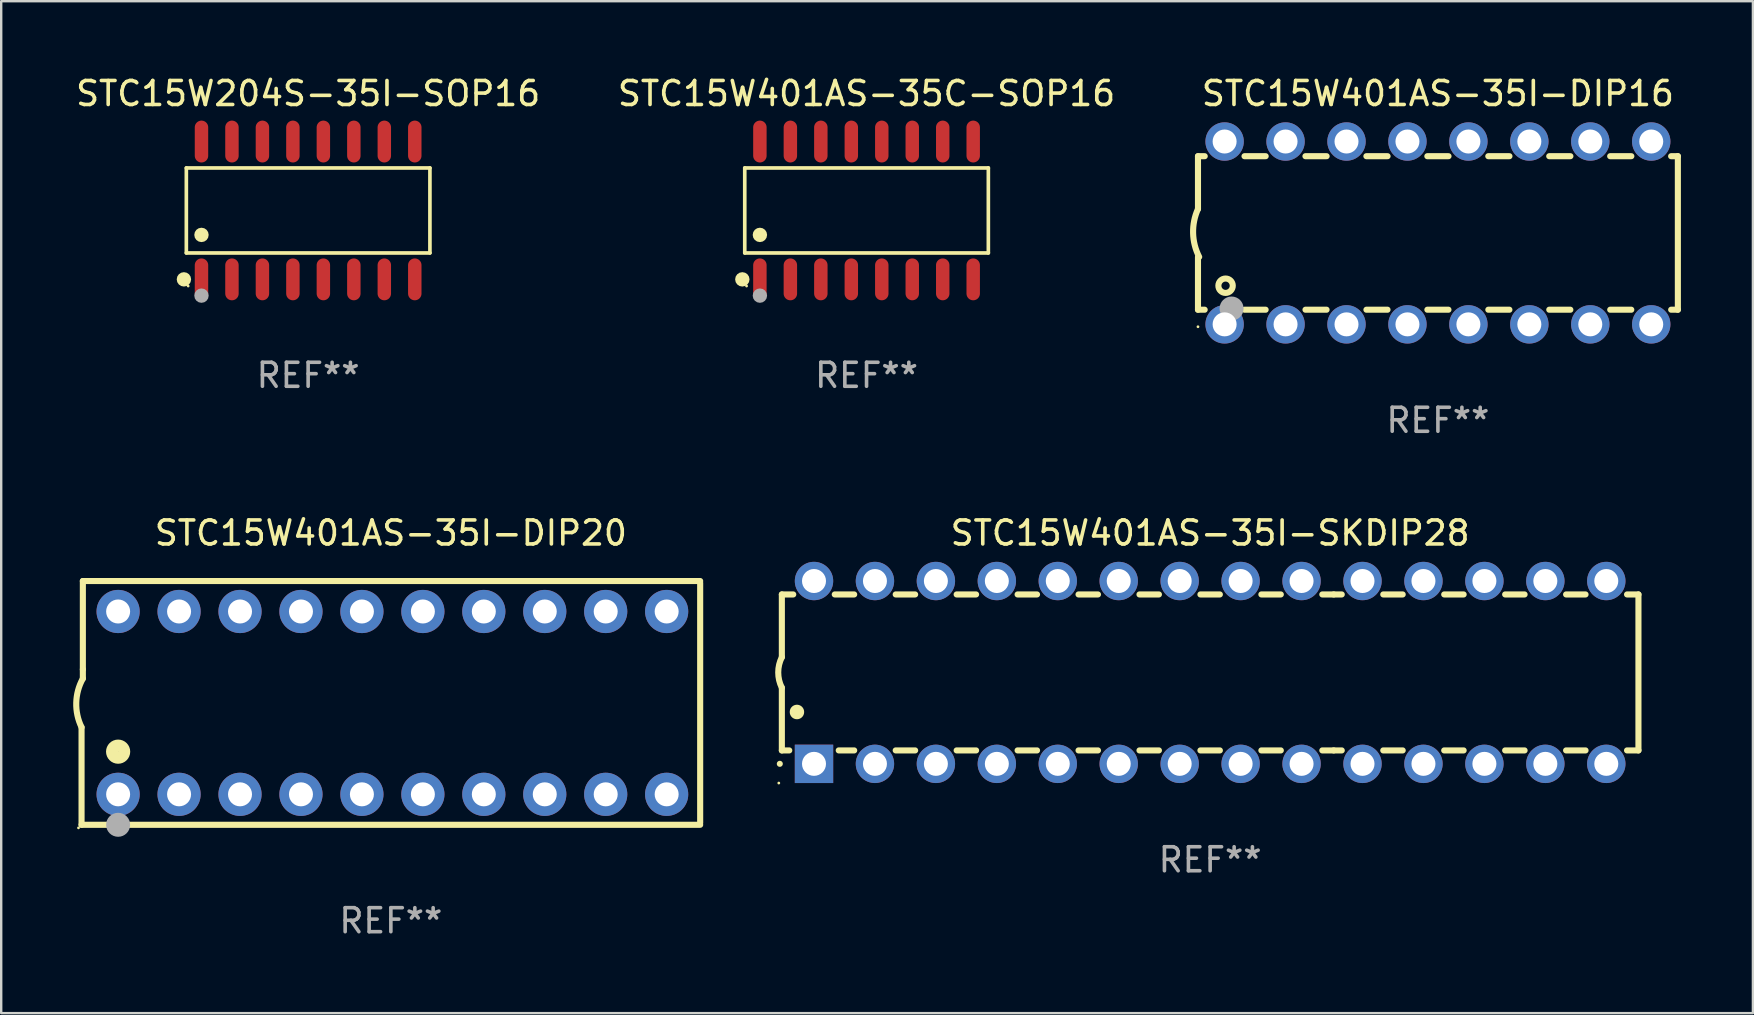
<source format=kicad_pcb>
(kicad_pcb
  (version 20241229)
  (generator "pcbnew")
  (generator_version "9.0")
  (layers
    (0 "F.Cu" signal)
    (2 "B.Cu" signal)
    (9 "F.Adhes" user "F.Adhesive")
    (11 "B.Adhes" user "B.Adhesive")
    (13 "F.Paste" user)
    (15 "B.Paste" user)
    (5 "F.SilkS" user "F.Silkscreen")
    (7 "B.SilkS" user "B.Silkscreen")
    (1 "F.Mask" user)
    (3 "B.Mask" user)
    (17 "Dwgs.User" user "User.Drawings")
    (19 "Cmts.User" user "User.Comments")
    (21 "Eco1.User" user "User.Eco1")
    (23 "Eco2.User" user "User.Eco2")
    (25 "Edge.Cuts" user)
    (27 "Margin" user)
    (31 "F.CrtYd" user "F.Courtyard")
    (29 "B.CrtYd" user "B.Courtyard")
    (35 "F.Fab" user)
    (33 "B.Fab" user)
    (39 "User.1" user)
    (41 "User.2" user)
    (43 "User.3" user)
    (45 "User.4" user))
  (footprint "STC15W401AS-35I-SKDIP28"
    (layer "F.Cu")
    (at 47.385 24.975)
    (property "Reference" "STC15W401AS-35I-SKDIP28" (at 0 -5.81 0) (layer "F.SilkS") (effects (font (size 1 1) (thickness 0.15))))
    (attr through_hole)
    (fp_line (start -17.85 -3.25) (end -17.85 -0.635) (stroke (width 0.254) (type solid)) (layer "F.SilkS"))
    (fp_line (start -17.85 3.25) (end -17.85 0.635) (stroke (width 0.254) (type solid)) (layer "F.SilkS"))
    (fp_line (start -17.85 3.25) (end -17.541 3.25) (stroke (width 0.254) (type solid)) (layer "F.SilkS"))
    (fp_line (start -17.375 -3.25) (end -17.85 -3.25) (stroke (width 0.254) (type solid)) (layer "F.SilkS"))
    (fp_line (start -15.479 3.25) (end -14.835 3.25) (stroke (width 0.254) (type solid)) (layer "F.SilkS"))
    (fp_line (start -14.835 -3.25) (end -15.645 -3.25) (stroke (width 0.254) (type solid)) (layer "F.SilkS"))
    (fp_line (start -13.105 3.25) (end -12.295 3.25) (stroke (width 0.254) (type solid)) (layer "F.SilkS"))
    (fp_line (start -12.295 -3.25) (end -13.105 -3.25) (stroke (width 0.254) (type solid)) (layer "F.SilkS"))
    (fp_line (start -10.565 3.25) (end -9.755 3.25) (stroke (width 0.254) (type solid)) (layer "F.SilkS"))
    (fp_line (start -9.755 -3.25) (end -10.565 -3.25) (stroke (width 0.254) (type solid)) (layer "F.SilkS"))
    (fp_line (start -8.025 3.25) (end -7.215 3.25) (stroke (width 0.254) (type solid)) (layer "F.SilkS"))
    (fp_line (start -7.215 -3.25) (end -8.025 -3.25) (stroke (width 0.254) (type solid)) (layer "F.SilkS"))
    (fp_line (start -5.485 3.25) (end -4.675 3.25) (stroke (width 0.254) (type solid)) (layer "F.SilkS"))
    (fp_line (start -4.675 -3.25) (end -5.485 -3.25) (stroke (width 0.254) (type solid)) (layer "F.SilkS"))
    (fp_line (start -2.945 3.25) (end -2.135 3.25) (stroke (width 0.254) (type solid)) (layer "F.SilkS"))
    (fp_line (start -2.135 -3.25) (end -2.945 -3.25) (stroke (width 0.254) (type solid)) (layer "F.SilkS"))
    (fp_line (start -0.405 3.25) (end 0.405 3.25) (stroke (width 0.254) (type solid)) (layer "F.SilkS"))
    (fp_line (start 0.405 -3.25) (end -0.405 -3.25) (stroke (width 0.254) (type solid)) (layer "F.SilkS"))
    (fp_line (start 2.135 3.25) (end 2.945 3.25) (stroke (width 0.254) (type solid)) (layer "F.SilkS"))
    (fp_line (start 2.945 -3.25) (end 2.135 -3.25) (stroke (width 0.254) (type solid)) (layer "F.SilkS"))
    (fp_line (start 4.675 3.25) (end 5.15 3.25) (stroke (width 0.254) (type solid)) (layer "F.SilkS"))
    (fp_line (start 5.15 -3.25) (end 4.675 -3.25) (stroke (width 0.254) (type solid)) (layer "F.SilkS"))
    (fp_line (start 5.15 -3.25) (end 5.485 -3.25) (stroke (width 0.254) (type solid)) (layer "F.SilkS"))
    (fp_line (start 5.15 3.25) (end 5.485 3.25) (stroke (width 0.254) (type solid)) (layer "F.SilkS"))
    (fp_line (start 7.215 -3.25) (end 8.025 -3.25) (stroke (width 0.254) (type solid)) (layer "F.SilkS"))
    (fp_line (start 7.215 3.25) (end 8.025 3.25) (stroke (width 0.254) (type solid)) (layer "F.SilkS"))
    (fp_line (start 9.755 -3.25) (end 10.565 -3.25) (stroke (width 0.254) (type solid)) (layer "F.SilkS"))
    (fp_line (start 9.755 3.25) (end 10.565 3.25) (stroke (width 0.254) (type solid)) (layer "F.SilkS"))
    (fp_line (start 12.295 -3.25) (end 13.105 -3.25) (stroke (width 0.254) (type solid)) (layer "F.SilkS"))
    (fp_line (start 12.295 3.25) (end 13.105 3.25) (stroke (width 0.254) (type solid)) (layer "F.SilkS"))
    (fp_line (start 14.835 -3.25) (end 15.645 -3.25) (stroke (width 0.254) (type solid)) (layer "F.SilkS"))
    (fp_line (start 14.835 3.25) (end 15.645 3.25) (stroke (width 0.254) (type solid)) (layer "F.SilkS"))
    (fp_line (start 17.375 -3.25) (end 17.85 -3.25) (stroke (width 0.254) (type solid)) (layer "F.SilkS"))
    (fp_line (start 17.375 3.25) (end 17.85 3.25) (stroke (width 0.254) (type solid)) (layer "F.SilkS"))
    (fp_line (start 17.85 -3.25) (end 17.85 3.25) (stroke (width 0.254) (type solid)) (layer "F.SilkS"))
    (fp_arc (start -17.934976 3.810008) (mid -17.934983 3.808738) (end -17.934976 3.807468) (stroke (width 0.25) (type solid)) (layer "F.SilkS"))
    (fp_arc (start -17.851155 0.635002) (mid -18.000677 -0.000132) (end -17.850038 -0.635001) (stroke (width 0.254001) (type solid)) (layer "F.SilkS"))
    (fp_arc (start -17.221234 1.651003) (mid -17.221245 1.648463) (end -17.221234 1.645923) (stroke (width 0.6) (type solid)) (layer "F.SilkS"))
    (fp_circle (center -17.977 4.61) (end -17.947 4.61) (stroke (width 0.06) (type solid)) (fill no) (layer "F.SilkS"))
    (fp_text user "REF**" (at 0 7.81 0) (layer "F.Fab") (effects (font (size 1 1) (thickness 0.15))))
    (pad "1" thru_hole rect (at -16.51 3.81 90) (size 1.6 1.6) (drill 1) (layers "*.Cu" "*.Mask"))
    (pad "2" thru_hole circle (at -13.97 3.81 90) (size 1.6 1.6) (drill 1) (layers "*.Cu" "*.Mask"))
    (pad "3" thru_hole circle (at -11.43 3.81 90) (size 1.6 1.6) (drill 1) (layers "*.Cu" "*.Mask"))
    (pad "4" thru_hole circle (at -8.89 3.81 90) (size 1.6 1.6) (drill 1) (layers "*.Cu" "*.Mask"))
    (pad "5" thru_hole circle (at -6.35 3.81 90) (size 1.6 1.6) (drill 1) (layers "*.Cu" "*.Mask"))
    (pad "6" thru_hole circle (at -3.81 3.81 90) (size 1.6 1.6) (drill 1) (layers "*.Cu" "*.Mask"))
    (pad "7" thru_hole circle (at -1.27 3.81 90) (size 1.6 1.6) (drill 1) (layers "*.Cu" "*.Mask"))
    (pad "8" thru_hole circle (at 1.27 3.81 90) (size 1.6 1.6) (drill 1) (layers "*.Cu" "*.Mask"))
    (pad "9" thru_hole circle (at 3.81 3.81 90) (size 1.6 1.6) (drill 1) (layers "*.Cu" "*.Mask"))
    (pad "10" thru_hole circle (at 6.35 3.81 90) (size 1.6 1.6) (drill 1) (layers "*.Cu" "*.Mask"))
    (pad "11" thru_hole circle (at 8.89 3.81 90) (size 1.6 1.6) (drill 1) (layers "*.Cu" "*.Mask"))
    (pad "12" thru_hole circle (at 11.43 3.81 90) (size 1.6 1.6) (drill 1) (layers "*.Cu" "*.Mask"))
    (pad "13" thru_hole circle (at 13.97 3.81 90) (size 1.6 1.6) (drill 1) (layers "*.Cu" "*.Mask"))
    (pad "14" thru_hole circle (at 16.51 3.81 90) (size 1.6 1.6) (drill 1) (layers "*.Cu" "*.Mask"))
    (pad "15" thru_hole circle (at 16.51 -3.81 90) (size 1.6 1.6) (drill 1) (layers "*.Cu" "*.Mask"))
    (pad "16" thru_hole circle (at 13.97 -3.81 90) (size 1.6 1.6) (drill 1) (layers "*.Cu" "*.Mask"))
    (pad "17" thru_hole circle (at 11.43 -3.81 90) (size 1.6 1.6) (drill 1) (layers "*.Cu" "*.Mask"))
    (pad "18" thru_hole circle (at 8.89 -3.81 90) (size 1.6 1.6) (drill 1) (layers "*.Cu" "*.Mask"))
    (pad "19" thru_hole circle (at 6.35 -3.81 90) (size 1.6 1.6) (drill 1) (layers "*.Cu" "*.Mask"))
    (pad "20" thru_hole circle (at 3.81 -3.81 90) (size 1.6 1.6) (drill 1) (layers "*.Cu" "*.Mask"))
    (pad "21" thru_hole circle (at 1.27 -3.81 90) (size 1.6 1.6) (drill 1) (layers "*.Cu" "*.Mask"))
    (pad "22" thru_hole circle (at -1.27 -3.81 90) (size 1.6 1.6) (drill 1) (layers "*.Cu" "*.Mask"))
    (pad "23" thru_hole circle (at -3.81 -3.81 90) (size 1.6 1.6) (drill 1) (layers "*.Cu" "*.Mask"))
    (pad "24" thru_hole circle (at -6.35 -3.81 90) (size 1.6 1.6) (drill 1) (layers "*.Cu" "*.Mask"))
    (pad "25" thru_hole circle (at -8.89 -3.81 90) (size 1.6 1.6) (drill 1) (layers "*.Cu" "*.Mask"))
    (pad "26" thru_hole circle (at -11.43 -3.81 90) (size 1.6 1.6) (drill 1) (layers "*.Cu" "*.Mask"))
    (pad "27" thru_hole circle (at -13.97 -3.81 90) (size 1.6 1.6) (drill 1) (layers "*.Cu" "*.Mask"))
    (pad "28" thru_hole circle (at -16.51 -3.81 90) (size 1.6 1.6) (drill 1) (layers "*.Cu" "*.Mask")))
  (footprint "STC15W401AS-35I-DIP16"
    (layer "F.Cu")
    (at 56.878 6.658)
    (property "Reference" "STC15W401AS-35I-DIP16" (at 0 -5.81 0) (layer "F.SilkS") (effects (font (size 1 1) (thickness 0.15))))
    (attr through_hole)
    (fp_line (start -10 -3.198) (end -9.719 -3.198) (stroke (width 0.254) (type solid)) (layer "F.SilkS"))
    (fp_line (start -10 -0.998) (end -10 -3.198) (stroke (width 0.254) (type solid)) (layer "F.SilkS"))
    (fp_line (start -10 3.2) (end -10 1) (stroke (width 0.254) (type solid)) (layer "F.SilkS"))
    (fp_line (start -10 3.2) (end -9.721 3.2) (stroke (width 0.254) (type solid)) (layer "F.SilkS"))
    (fp_line (start -8.061 -3.198) (end -7.179 -3.198) (stroke (width 0.254) (type solid)) (layer "F.SilkS"))
    (fp_line (start -8.059 3.2) (end -7.181 3.2) (stroke (width 0.254) (type solid)) (layer "F.SilkS"))
    (fp_line (start -5.521 -3.198) (end -4.639 -3.198) (stroke (width 0.254) (type solid)) (layer "F.SilkS"))
    (fp_line (start -5.519 3.2) (end -4.641 3.2) (stroke (width 0.254) (type solid)) (layer "F.SilkS"))
    (fp_line (start -2.981 -3.198) (end -2.099 -3.198) (stroke (width 0.254) (type solid)) (layer "F.SilkS"))
    (fp_line (start -2.979 3.2) (end -2.101 3.2) (stroke (width 0.254) (type solid)) (layer "F.SilkS"))
    (fp_line (start -0.441 -3.198) (end 0.441 -3.198) (stroke (width 0.254) (type solid)) (layer "F.SilkS"))
    (fp_line (start -0.439 3.2) (end 0.439 3.2) (stroke (width 0.254) (type solid)) (layer "F.SilkS"))
    (fp_line (start 2.099 -3.198) (end 2.981 -3.198) (stroke (width 0.254) (type solid)) (layer "F.SilkS"))
    (fp_line (start 2.101 3.2) (end 2.979 3.2) (stroke (width 0.254) (type solid)) (layer "F.SilkS"))
    (fp_line (start 4.639 -3.198) (end 5.521 -3.198) (stroke (width 0.254) (type solid)) (layer "F.SilkS"))
    (fp_line (start 4.641 3.2) (end 5.519 3.2) (stroke (width 0.254) (type solid)) (layer "F.SilkS"))
    (fp_line (start 7.179 -3.198) (end 8.061 -3.198) (stroke (width 0.254) (type solid)) (layer "F.SilkS"))
    (fp_line (start 7.181 3.2) (end 8.059 3.2) (stroke (width 0.254) (type solid)) (layer "F.SilkS"))
    (fp_line (start 9.719 -3.198) (end 10 -3.198) (stroke (width 0.254) (type solid)) (layer "F.SilkS"))
    (fp_line (start 9.721 3.2) (end 10 3.2) (stroke (width 0.254) (type solid)) (layer "F.SilkS"))
    (fp_line (start 10 3.2) (end 10 -3.2) (stroke (width 0.254) (type solid)) (layer "F.SilkS"))
    (fp_arc (start -9.949962 1) (mid -10.203153 0.005709) (end -10 -1) (stroke (width 0.254001) (type solid)) (layer "F.SilkS"))
    (fp_circle (center -10 3.91) (end -9.97 3.91) (stroke (width 0.06) (type solid)) (fill no) (layer "F.SilkS"))
    (fp_circle (center -8.85 2.2) (end -8.55 2.2) (stroke (width 0.254) (type solid)) (fill no) (layer "F.SilkS"))
    (fp_circle (center -8.6 3.15) (end -8.35 3.15) (stroke (width 0.5) (type solid)) (fill no) (layer "F.Fab"))
    (fp_text user "REF**" (at 0 7.81 0) (layer "F.Fab") (effects (font (size 1 1) (thickness 0.15))))
    (pad "1" thru_hole circle (at -8.89 3.81) (size 1.6 1.6) (drill 1) (layers "*.Cu" "*.Mask"))
    (pad "2" thru_hole circle (at -6.35 3.81) (size 1.6 1.6) (drill 1) (layers "*.Cu" "*.Mask"))
    (pad "3" thru_hole circle (at -3.81 3.81) (size 1.6 1.6) (drill 1) (layers "*.Cu" "*.Mask"))
    (pad "4" thru_hole circle (at -1.27 3.81) (size 1.6 1.6) (drill 1) (layers "*.Cu" "*.Mask"))
    (pad "5" thru_hole circle (at 1.27 3.81) (size 1.6 1.6) (drill 1) (layers "*.Cu" "*.Mask"))
    (pad "6" thru_hole circle (at 3.81 3.81) (size 1.6 1.6) (drill 1) (layers "*.Cu" "*.Mask"))
    (pad "7" thru_hole circle (at 6.35 3.81) (size 1.6 1.6) (drill 1) (layers "*.Cu" "*.Mask"))
    (pad "8" thru_hole circle (at 8.89 3.81) (size 1.6 1.6) (drill 1) (layers "*.Cu" "*.Mask"))
    (pad "9" thru_hole circle (at 8.89 -3.81) (size 1.6 1.6) (drill 1) (layers "*.Cu" "*.Mask"))
    (pad "10" thru_hole circle (at 6.35 -3.81) (size 1.6 1.6) (drill 1) (layers "*.Cu" "*.Mask"))
    (pad "11" thru_hole circle (at 3.81 -3.81) (size 1.6 1.6) (drill 1) (layers "*.Cu" "*.Mask"))
    (pad "12" thru_hole circle (at 1.27 -3.81) (size 1.6 1.6) (drill 1) (layers "*.Cu" "*.Mask"))
    (pad "13" thru_hole circle (at -1.27 -3.81) (size 1.6 1.6) (drill 1) (layers "*.Cu" "*.Mask"))
    (pad "14" thru_hole circle (at -3.81 -3.81) (size 1.6 1.6) (drill 1) (layers "*.Cu" "*.Mask"))
    (pad "15" thru_hole circle (at -6.35 -3.81) (size 1.6 1.6) (drill 1) (layers "*.Cu" "*.Mask"))
    (pad "16" thru_hole circle (at -8.89 -3.81) (size 1.6 1.6) (drill 1) (layers "*.Cu" "*.Mask")))
  (footprint "STC15W401AS-35I-DIP20"
    (layer "F.Cu")
    (at 13.24 26.245)
    (property "Reference" "STC15W401AS-35I-DIP20" (at 0 -7.08 0) (layer "F.SilkS") (effects (font (size 1 1) (thickness 0.15))))
    (attr through_hole)
    (fp_line (start -12.891 5.08) (end -12.891 1.016) (stroke (width 0.254) (type solid)) (layer "F.SilkS"))
    (fp_line (start -12.891 5.08) (end 12.891 5.08) (stroke (width 0.254) (type solid)) (layer "F.SilkS"))
    (fp_line (start -12.837 -5.08) (end -12.837 -1.397) (stroke (width 0.254) (type solid)) (layer "F.SilkS"))
    (fp_line (start -12.837 -5.08) (end 12.891 -5.08) (stroke (width 0.254) (type solid)) (layer "F.SilkS"))
    (fp_line (start -12.837 -1.397) (end -12.837 -1.016) (stroke (width 0.254) (type solid)) (layer "F.SilkS"))
    (fp_line (start 12.891 -5) (end 12.891 5) (stroke (width 0.254) (type solid)) (layer "F.SilkS"))
    (fp_arc (start -12.890526 1.016002) (mid -13.111945 -0.006602) (end -12.836525 -1.016002) (stroke (width 0.254001) (type solid)) (layer "F.SilkS"))
    (fp_circle (center -13.018 5.207) (end -12.988 5.207) (stroke (width 0.06) (type solid)) (fill no) (layer "F.SilkS"))
    (fp_circle (center -11.367 2.032) (end -11.113 2.032) (stroke (width 0.5) (type solid)) (fill no) (layer "F.SilkS"))
    (fp_circle (center -11.367 5.08) (end -11.117 5.08) (stroke (width 0.5) (type solid)) (fill no) (layer "F.Fab"))
    (fp_text user "REF**" (at 0 9.08 0) (layer "F.Fab") (effects (font (size 1 1) (thickness 0.15))))
    (pad "1" thru_hole circle (at -11.367 3.81) (size 1.8 1.8) (drill 1) (layers "*.Cu" "*.Mask"))
    (pad "2" thru_hole circle (at -8.827 3.81) (size 1.8 1.8) (drill 1) (layers "*.Cu" "*.Mask"))
    (pad "3" thru_hole circle (at -6.287 3.81) (size 1.8 1.8) (drill 1) (layers "*.Cu" "*.Mask"))
    (pad "4" thru_hole circle (at -3.747 3.81) (size 1.8 1.8) (drill 1) (layers "*.Cu" "*.Mask"))
    (pad "5" thru_hole circle (at -1.207 3.81) (size 1.8 1.8) (drill 1) (layers "*.Cu" "*.Mask"))
    (pad "6" thru_hole circle (at 1.334 3.81) (size 1.8 1.8) (drill 1) (layers "*.Cu" "*.Mask"))
    (pad "7" thru_hole circle (at 3.874 3.81) (size 1.8 1.8) (drill 1) (layers "*.Cu" "*.Mask"))
    (pad "8" thru_hole circle (at 6.414 3.81) (size 1.8 1.8) (drill 1) (layers "*.Cu" "*.Mask"))
    (pad "9" thru_hole circle (at 8.954 3.81) (size 1.8 1.8) (drill 1) (layers "*.Cu" "*.Mask"))
    (pad "10" thru_hole circle (at 11.494 3.81) (size 1.8 1.8) (drill 1) (layers "*.Cu" "*.Mask"))
    (pad "11" thru_hole circle (at 11.494 -3.81) (size 1.8 1.8) (drill 1) (layers "*.Cu" "*.Mask"))
    (pad "12" thru_hole circle (at 8.954 -3.81) (size 1.8 1.8) (drill 1) (layers "*.Cu" "*.Mask"))
    (pad "13" thru_hole circle (at 6.414 -3.81) (size 1.8 1.8) (drill 1) (layers "*.Cu" "*.Mask"))
    (pad "14" thru_hole circle (at 3.874 -3.81) (size 1.8 1.8) (drill 1) (layers "*.Cu" "*.Mask"))
    (pad "15" thru_hole circle (at 1.334 -3.81) (size 1.8 1.8) (drill 1) (layers "*.Cu" "*.Mask"))
    (pad "16" thru_hole circle (at -1.207 -3.81) (size 1.8 1.8) (drill 1) (layers "*.Cu" "*.Mask"))
    (pad "17" thru_hole circle (at -3.747 -3.81) (size 1.8 1.8) (drill 1) (layers "*.Cu" "*.Mask"))
    (pad "18" thru_hole circle (at -6.287 -3.81) (size 1.8 1.8) (drill 1) (layers "*.Cu" "*.Mask"))
    (pad "19" thru_hole circle (at -8.827 -3.81) (size 1.8 1.8) (drill 1) (layers "*.Cu" "*.Mask"))
    (pad "20" thru_hole circle (at -11.367 -3.81) (size 1.8 1.8) (drill 1) (layers "*.Cu" "*.Mask")))
  (footprint "STC15W401AS-35C-SOP16"
    (layer "F.Cu")
    (at 33.065 5.721)
    (property "Reference" "STC15W401AS-35C-SOP16" (at 0 -4.872 0) (layer "F.SilkS") (effects (font (size 1 1) (thickness 0.15))))
    (attr through_hole)
    (fp_line (start -5.076 -1.771) (end 5.076 -1.771) (stroke (width 0.152) (type solid)) (layer "F.SilkS"))
    (fp_line (start -5.076 1.771) (end -5.076 -1.771) (stroke (width 0.152) (type solid)) (layer "F.SilkS"))
    (fp_line (start 5.076 -1.771) (end 5.076 1.771) (stroke (width 0.152) (type solid)) (layer "F.SilkS"))
    (fp_line (start 5.076 1.771) (end -5.076 1.771) (stroke (width 0.152) (type solid)) (layer "F.SilkS"))
    (fp_circle (center -5.177 2.872) (end -5.027 2.872) (stroke (width 0.3) (type solid)) (fill no) (layer "F.SilkS"))
    (fp_circle (center -5 3.15) (end -4.97 3.15) (stroke (width 0.06) (type solid)) (fill no) (layer "F.SilkS"))
    (fp_circle (center -4.445 1.019) (end -4.295 1.019) (stroke (width 0.3) (type solid)) (fill no) (layer "F.SilkS"))
    (fp_circle (center -4.445 3.55) (end -4.295 3.55) (stroke (width 0.3) (type solid)) (fill no) (layer "F.Fab"))
    (fp_text user "REF**" (at 0 6.872 0) (layer "F.Fab") (effects (font (size 1 1) (thickness 0.15))))
    (pad "1" smd oval (at -4.445 2.872) (size 0.56 1.745) (layers "F.Cu" "F.Mask" "F.Paste"))
    (pad "2" smd oval (at -3.175 2.872) (size 0.56 1.745) (layers "F.Cu" "F.Mask" "F.Paste"))
    (pad "3" smd oval (at -1.905 2.872) (size 0.56 1.745) (layers "F.Cu" "F.Mask" "F.Paste"))
    (pad "4" smd oval (at -0.635 2.872) (size 0.56 1.745) (layers "F.Cu" "F.Mask" "F.Paste"))
    (pad "5" smd oval (at 0.635 2.872) (size 0.56 1.745) (layers "F.Cu" "F.Mask" "F.Paste"))
    (pad "6" smd oval (at 1.905 2.872) (size 0.56 1.745) (layers "F.Cu" "F.Mask" "F.Paste"))
    (pad "7" smd oval (at 3.175 2.872) (size 0.56 1.745) (layers "F.Cu" "F.Mask" "F.Paste"))
    (pad "8" smd oval (at 4.445 2.872) (size 0.56 1.745) (layers "F.Cu" "F.Mask" "F.Paste"))
    (pad "9" smd oval (at 4.445 -2.872) (size 0.56 1.745) (layers "F.Cu" "F.Mask" "F.Paste"))
    (pad "10" smd oval (at 3.175 -2.872) (size 0.56 1.745) (layers "F.Cu" "F.Mask" "F.Paste"))
    (pad "11" smd oval (at 1.905 -2.872) (size 0.56 1.745) (layers "F.Cu" "F.Mask" "F.Paste"))
    (pad "12" smd oval (at 0.635 -2.872) (size 0.56 1.745) (layers "F.Cu" "F.Mask" "F.Paste"))
    (pad "13" smd oval (at -0.635 -2.872) (size 0.56 1.745) (layers "F.Cu" "F.Mask" "F.Paste"))
    (pad "14" smd oval (at -1.905 -2.872) (size 0.56 1.745) (layers "F.Cu" "F.Mask" "F.Paste"))
    (pad "15" smd oval (at -3.175 -2.872) (size 0.56 1.745) (layers "F.Cu" "F.Mask" "F.Paste"))
    (pad "16" smd oval (at -4.445 -2.872) (size 0.56 1.745) (layers "F.Cu" "F.Mask" "F.Paste")))
  (footprint "STC15W204S-35I-SOP16"
    (layer "F.Cu")
    (at 9.792 5.721)
    (property "Reference" "STC15W204S-35I-SOP16" (at 0 -4.872 0) (layer "F.SilkS") (effects (font (size 1 1) (thickness 0.15))))
    (attr through_hole)
    (fp_line (start -5.076 -1.771) (end 5.076 -1.771) (stroke (width 0.152) (type solid)) (layer "F.SilkS"))
    (fp_line (start -5.076 1.771) (end -5.076 -1.771) (stroke (width 0.152) (type solid)) (layer "F.SilkS"))
    (fp_line (start 5.076 -1.771) (end 5.076 1.771) (stroke (width 0.152) (type solid)) (layer "F.SilkS"))
    (fp_line (start 5.076 1.771) (end -5.076 1.771) (stroke (width 0.152) (type solid)) (layer "F.SilkS"))
    (fp_circle (center -5.177 2.872) (end -5.027 2.872) (stroke (width 0.3) (type solid)) (fill no) (layer "F.SilkS"))
    (fp_circle (center -5 3.15) (end -4.97 3.15) (stroke (width 0.06) (type solid)) (fill no) (layer "F.SilkS"))
    (fp_circle (center -4.445 1.019) (end -4.295 1.019) (stroke (width 0.3) (type solid)) (fill no) (layer "F.SilkS"))
    (fp_circle (center -4.445 3.55) (end -4.295 3.55) (stroke (width 0.3) (type solid)) (fill no) (layer "F.Fab"))
    (fp_text user "REF**" (at 0 6.872 0) (layer "F.Fab") (effects (font (size 1 1) (thickness 0.15))))
    (pad "1" smd oval (at -4.445 2.872) (size 0.56 1.745) (layers "F.Cu" "F.Mask" "F.Paste"))
    (pad "2" smd oval (at -3.175 2.872) (size 0.56 1.745) (layers "F.Cu" "F.Mask" "F.Paste"))
    (pad "3" smd oval (at -1.905 2.872) (size 0.56 1.745) (layers "F.Cu" "F.Mask" "F.Paste"))
    (pad "4" smd oval (at -0.635 2.872) (size 0.56 1.745) (layers "F.Cu" "F.Mask" "F.Paste"))
    (pad "5" smd oval (at 0.635 2.872) (size 0.56 1.745) (layers "F.Cu" "F.Mask" "F.Paste"))
    (pad "6" smd oval (at 1.905 2.872) (size 0.56 1.745) (layers "F.Cu" "F.Mask" "F.Paste"))
    (pad "7" smd oval (at 3.175 2.872) (size 0.56 1.745) (layers "F.Cu" "F.Mask" "F.Paste"))
    (pad "8" smd oval (at 4.445 2.872) (size 0.56 1.745) (layers "F.Cu" "F.Mask" "F.Paste"))
    (pad "9" smd oval (at 4.445 -2.872) (size 0.56 1.745) (layers "F.Cu" "F.Mask" "F.Paste"))
    (pad "10" smd oval (at 3.175 -2.872) (size 0.56 1.745) (layers "F.Cu" "F.Mask" "F.Paste"))
    (pad "11" smd oval (at 1.905 -2.872) (size 0.56 1.745) (layers "F.Cu" "F.Mask" "F.Paste"))
    (pad "12" smd oval (at 0.635 -2.872) (size 0.56 1.745) (layers "F.Cu" "F.Mask" "F.Paste"))
    (pad "13" smd oval (at -0.635 -2.872) (size 0.56 1.745) (layers "F.Cu" "F.Mask" "F.Paste"))
    (pad "14" smd oval (at -1.905 -2.872) (size 0.56 1.745) (layers "F.Cu" "F.Mask" "F.Paste"))
    (pad "15" smd oval (at -3.175 -2.872) (size 0.56 1.745) (layers "F.Cu" "F.Mask" "F.Paste"))
    (pad "16" smd oval (at -4.445 -2.872) (size 0.56 1.745) (layers "F.Cu" "F.Mask" "F.Paste")))
  (gr_rect
    (start -3 -3)
    (end 70.006 39.173)
    (stroke (width 0.1) (type default))
    (fill no)
    (layer "Edge.Cuts")))
</source>
